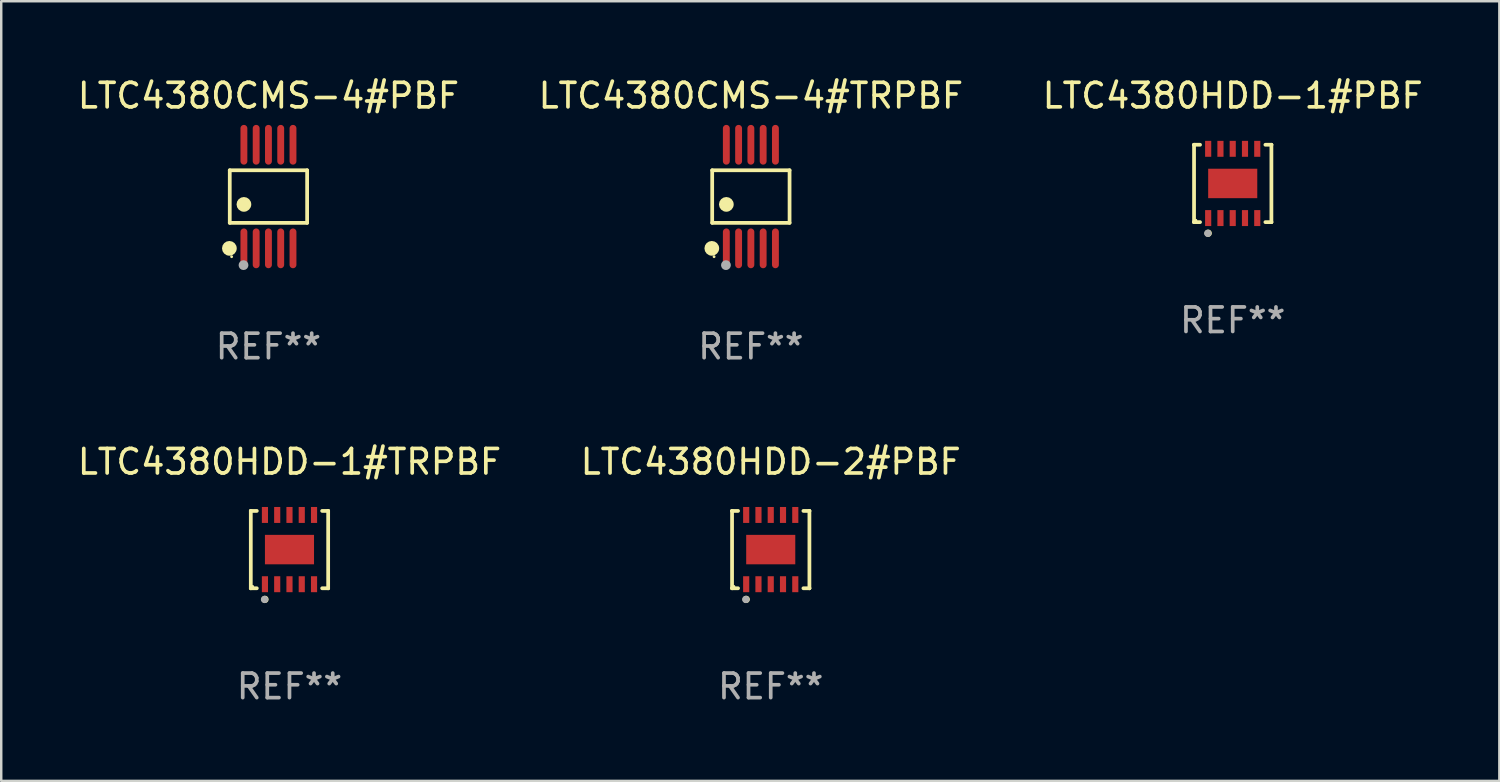
<source format=kicad_pcb>
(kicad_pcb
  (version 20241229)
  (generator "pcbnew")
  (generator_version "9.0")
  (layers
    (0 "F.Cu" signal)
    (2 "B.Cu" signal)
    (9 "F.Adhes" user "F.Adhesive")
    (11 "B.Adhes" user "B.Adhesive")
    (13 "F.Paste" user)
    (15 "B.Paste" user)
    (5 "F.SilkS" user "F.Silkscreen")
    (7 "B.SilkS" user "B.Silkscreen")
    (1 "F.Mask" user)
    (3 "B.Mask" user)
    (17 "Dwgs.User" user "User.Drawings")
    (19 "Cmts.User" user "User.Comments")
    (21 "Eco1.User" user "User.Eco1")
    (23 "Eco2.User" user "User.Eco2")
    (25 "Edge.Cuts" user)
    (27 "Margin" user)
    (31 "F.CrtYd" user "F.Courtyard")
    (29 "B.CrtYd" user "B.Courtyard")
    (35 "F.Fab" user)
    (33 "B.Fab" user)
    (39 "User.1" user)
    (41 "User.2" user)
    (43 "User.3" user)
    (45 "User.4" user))
  (footprint "LTC4380HDD-2#PBF"
    (layer "F.Cu")
    (at 28.351 19.341)
    (property "Reference" "LTC4380HDD-2#PBF" (at 0 -3.576 0) (layer "F.SilkS") (effects (font (size 1 1) (thickness 0.15))))
    (attr through_hole)
    (fp_line (start -1.576 -1.576) (end -1.576 -1.576) (stroke (width 0.152) (type solid)) (layer "F.SilkS"))
    (fp_line (start -1.576 -1.576) (end -1.331 -1.576) (stroke (width 0.152) (type solid)) (layer "F.SilkS"))
    (fp_line (start -1.576 1.576) (end -1.576 -1.576) (stroke (width 0.152) (type solid)) (layer "F.SilkS"))
    (fp_line (start -1.576 1.576) (end -1.576 1.576) (stroke (width 0.152) (type solid)) (layer "F.SilkS"))
    (fp_line (start -1.331 1.576) (end -1.576 1.576) (stroke (width 0.152) (type solid)) (layer "F.SilkS"))
    (fp_line (start 1.331 1.576) (end 1.576 1.576) (stroke (width 0.152) (type solid)) (layer "F.SilkS"))
    (fp_line (start 1.576 -1.576) (end 1.331 -1.576) (stroke (width 0.152) (type solid)) (layer "F.SilkS"))
    (fp_line (start 1.576 -1.576) (end 1.576 -1.576) (stroke (width 0.152) (type solid)) (layer "F.SilkS"))
    (fp_line (start 1.576 1.576) (end 1.576 -1.576) (stroke (width 0.152) (type solid)) (layer "F.SilkS"))
    (fp_line (start 1.576 1.576) (end 1.576 1.576) (stroke (width 0.152) (type solid)) (layer "F.SilkS"))
    (fp_circle (center -1.5 1.5) (end -1.47 1.5) (stroke (width 0.06) (type solid)) (fill no) (layer "F.SilkS"))
    (fp_circle (center -1 2.028) (end -0.925 2.028) (stroke (width 0.15) (type solid)) (fill no) (layer "F.SilkS"))
    (fp_circle (center -1.016 2.032) (end -0.941 2.032) (stroke (width 0.15) (type solid)) (fill no) (layer "F.Fab"))
    (fp_text user "REF**" (at 0 5.576 0) (layer "F.Fab") (effects (font (size 1 1) (thickness 0.15))))
    (pad "1" smd rect (at -1 1.411) (size 0.25 0.65) (layers "F.Cu" "F.Mask" "F.Paste"))
    (pad "2" smd rect (at -0.5 1.411) (size 0.25 0.65) (layers "F.Cu" "F.Mask" "F.Paste"))
    (pad "3" smd rect (at 0 1.411) (size 0.25 0.65) (layers "F.Cu" "F.Mask" "F.Paste"))
    (pad "4" smd rect (at 0.5 1.411) (size 0.25 0.65) (layers "F.Cu" "F.Mask" "F.Paste"))
    (pad "5" smd rect (at 1 1.411) (size 0.25 0.65) (layers "F.Cu" "F.Mask" "F.Paste"))
    (pad "6" smd rect (at 1 -1.411) (size 0.25 0.65) (layers "F.Cu" "F.Mask" "F.Paste"))
    (pad "7" smd rect (at 0.5 -1.411) (size 0.25 0.65) (layers "F.Cu" "F.Mask" "F.Paste"))
    (pad "8" smd rect (at 0 -1.411) (size 0.25 0.65) (layers "F.Cu" "F.Mask" "F.Paste"))
    (pad "9" smd rect (at -0.5 -1.411) (size 0.25 0.65) (layers "F.Cu" "F.Mask" "F.Paste"))
    (pad "10" smd rect (at -1 -1.411) (size 0.25 0.65) (layers "F.Cu" "F.Mask" "F.Paste"))
    (pad "11" smd rect (at 0 0) (size 2 1.2) (layers "F.Cu" "F.Mask" "F.Paste")))
  (footprint "LTC4380HDD-1#TRPBF"
    (layer "F.Cu")
    (at 8.744 19.341)
    (property "Reference" "LTC4380HDD-1#TRPBF" (at 0 -3.576 0) (layer "F.SilkS") (effects (font (size 1 1) (thickness 0.15))))
    (attr through_hole)
    (fp_line (start -1.576 -1.576) (end -1.576 -1.576) (stroke (width 0.152) (type solid)) (layer "F.SilkS"))
    (fp_line (start -1.576 -1.576) (end -1.331 -1.576) (stroke (width 0.152) (type solid)) (layer "F.SilkS"))
    (fp_line (start -1.576 1.576) (end -1.576 -1.576) (stroke (width 0.152) (type solid)) (layer "F.SilkS"))
    (fp_line (start -1.576 1.576) (end -1.576 1.576) (stroke (width 0.152) (type solid)) (layer "F.SilkS"))
    (fp_line (start -1.331 1.576) (end -1.576 1.576) (stroke (width 0.152) (type solid)) (layer "F.SilkS"))
    (fp_line (start 1.331 1.576) (end 1.576 1.576) (stroke (width 0.152) (type solid)) (layer "F.SilkS"))
    (fp_line (start 1.576 -1.576) (end 1.331 -1.576) (stroke (width 0.152) (type solid)) (layer "F.SilkS"))
    (fp_line (start 1.576 -1.576) (end 1.576 -1.576) (stroke (width 0.152) (type solid)) (layer "F.SilkS"))
    (fp_line (start 1.576 1.576) (end 1.576 -1.576) (stroke (width 0.152) (type solid)) (layer "F.SilkS"))
    (fp_line (start 1.576 1.576) (end 1.576 1.576) (stroke (width 0.152) (type solid)) (layer "F.SilkS"))
    (fp_circle (center -1.5 1.5) (end -1.47 1.5) (stroke (width 0.06) (type solid)) (fill no) (layer "F.SilkS"))
    (fp_circle (center -1 2.028) (end -0.925 2.028) (stroke (width 0.15) (type solid)) (fill no) (layer "F.SilkS"))
    (fp_circle (center -1.016 2.032) (end -0.941 2.032) (stroke (width 0.15) (type solid)) (fill no) (layer "F.Fab"))
    (fp_text user "REF**" (at 0 5.576 0) (layer "F.Fab") (effects (font (size 1 1) (thickness 0.15))))
    (pad "1" smd rect (at -1 1.411) (size 0.25 0.65) (layers "F.Cu" "F.Mask" "F.Paste"))
    (pad "2" smd rect (at -0.5 1.411) (size 0.25 0.65) (layers "F.Cu" "F.Mask" "F.Paste"))
    (pad "3" smd rect (at 0 1.411) (size 0.25 0.65) (layers "F.Cu" "F.Mask" "F.Paste"))
    (pad "4" smd rect (at 0.5 1.411) (size 0.25 0.65) (layers "F.Cu" "F.Mask" "F.Paste"))
    (pad "5" smd rect (at 1 1.411) (size 0.25 0.65) (layers "F.Cu" "F.Mask" "F.Paste"))
    (pad "6" smd rect (at 1 -1.411) (size 0.25 0.65) (layers "F.Cu" "F.Mask" "F.Paste"))
    (pad "7" smd rect (at 0.5 -1.411) (size 0.25 0.65) (layers "F.Cu" "F.Mask" "F.Paste"))
    (pad "8" smd rect (at 0 -1.411) (size 0.25 0.65) (layers "F.Cu" "F.Mask" "F.Paste"))
    (pad "9" smd rect (at -0.5 -1.411) (size 0.25 0.65) (layers "F.Cu" "F.Mask" "F.Paste"))
    (pad "10" smd rect (at -1 -1.411) (size 0.25 0.65) (layers "F.Cu" "F.Mask" "F.Paste"))
    (pad "11" smd rect (at 0 0) (size 2 1.2) (layers "F.Cu" "F.Mask" "F.Paste")))
  (footprint "LTC4380HDD-1#PBF"
    (layer "F.Cu")
    (at 47.173 4.424)
    (property "Reference" "LTC4380HDD-1#PBF" (at 0 -3.576 0) (layer "F.SilkS") (effects (font (size 1 1) (thickness 0.15))))
    (attr through_hole)
    (fp_line (start -1.576 -1.576) (end -1.576 -1.576) (stroke (width 0.152) (type solid)) (layer "F.SilkS"))
    (fp_line (start -1.576 -1.576) (end -1.331 -1.576) (stroke (width 0.152) (type solid)) (layer "F.SilkS"))
    (fp_line (start -1.576 1.576) (end -1.576 -1.576) (stroke (width 0.152) (type solid)) (layer "F.SilkS"))
    (fp_line (start -1.576 1.576) (end -1.576 1.576) (stroke (width 0.152) (type solid)) (layer "F.SilkS"))
    (fp_line (start -1.331 1.576) (end -1.576 1.576) (stroke (width 0.152) (type solid)) (layer "F.SilkS"))
    (fp_line (start 1.331 1.576) (end 1.576 1.576) (stroke (width 0.152) (type solid)) (layer "F.SilkS"))
    (fp_line (start 1.576 -1.576) (end 1.331 -1.576) (stroke (width 0.152) (type solid)) (layer "F.SilkS"))
    (fp_line (start 1.576 -1.576) (end 1.576 -1.576) (stroke (width 0.152) (type solid)) (layer "F.SilkS"))
    (fp_line (start 1.576 1.576) (end 1.576 -1.576) (stroke (width 0.152) (type solid)) (layer "F.SilkS"))
    (fp_line (start 1.576 1.576) (end 1.576 1.576) (stroke (width 0.152) (type solid)) (layer "F.SilkS"))
    (fp_circle (center -1.5 1.5) (end -1.47 1.5) (stroke (width 0.06) (type solid)) (fill no) (layer "F.SilkS"))
    (fp_circle (center -1 2.028) (end -0.925 2.028) (stroke (width 0.15) (type solid)) (fill no) (layer "F.SilkS"))
    (fp_circle (center -1.016 2.032) (end -0.941 2.032) (stroke (width 0.15) (type solid)) (fill no) (layer "F.Fab"))
    (fp_text user "REF**" (at 0 5.576 0) (layer "F.Fab") (effects (font (size 1 1) (thickness 0.15))))
    (pad "1" smd rect (at -1 1.411) (size 0.25 0.65) (layers "F.Cu" "F.Mask" "F.Paste"))
    (pad "2" smd rect (at -0.5 1.411) (size 0.25 0.65) (layers "F.Cu" "F.Mask" "F.Paste"))
    (pad "3" smd rect (at 0 1.411) (size 0.25 0.65) (layers "F.Cu" "F.Mask" "F.Paste"))
    (pad "4" smd rect (at 0.5 1.411) (size 0.25 0.65) (layers "F.Cu" "F.Mask" "F.Paste"))
    (pad "5" smd rect (at 1 1.411) (size 0.25 0.65) (layers "F.Cu" "F.Mask" "F.Paste"))
    (pad "6" smd rect (at 1 -1.411) (size 0.25 0.65) (layers "F.Cu" "F.Mask" "F.Paste"))
    (pad "7" smd rect (at 0.5 -1.411) (size 0.25 0.65) (layers "F.Cu" "F.Mask" "F.Paste"))
    (pad "8" smd rect (at 0 -1.411) (size 0.25 0.65) (layers "F.Cu" "F.Mask" "F.Paste"))
    (pad "9" smd rect (at -0.5 -1.411) (size 0.25 0.65) (layers "F.Cu" "F.Mask" "F.Paste"))
    (pad "10" smd rect (at -1 -1.411) (size 0.25 0.65) (layers "F.Cu" "F.Mask" "F.Paste"))
    (pad "11" smd rect (at 0 0) (size 2 1.2) (layers "F.Cu" "F.Mask" "F.Paste")))
  (footprint "LTC4380CMS-4#TRPBF"
    (layer "F.Cu")
    (at 27.542 4.958)
    (property "Reference" "LTC4380CMS-4#TRPBF" (at 0 -4.11 0) (layer "F.SilkS") (effects (font (size 1 1) (thickness 0.15))))
    (attr through_hole)
    (fp_line (start -1.576 -1.071) (end 1.576 -1.071) (stroke (width 0.152) (type solid)) (layer "F.SilkS"))
    (fp_line (start -1.576 1.071) (end -1.576 -1.071) (stroke (width 0.152) (type solid)) (layer "F.SilkS"))
    (fp_line (start 1.576 -1.071) (end 1.576 1.071) (stroke (width 0.152) (type solid)) (layer "F.SilkS"))
    (fp_line (start 1.576 1.071) (end -1.576 1.071) (stroke (width 0.152) (type solid)) (layer "F.SilkS"))
    (fp_circle (center -1.592 2.11) (end -1.442 2.11) (stroke (width 0.3) (type solid)) (fill no) (layer "F.SilkS"))
    (fp_circle (center -1.5 2.45) (end -1.47 2.45) (stroke (width 0.06) (type solid)) (fill no) (layer "F.SilkS"))
    (fp_circle (center -1 0.319) (end -0.85 0.319) (stroke (width 0.3) (type solid)) (fill no) (layer "F.SilkS"))
    (fp_circle (center -1.016 2.794) (end -0.916 2.794) (stroke (width 0.2) (type solid)) (fill no) (layer "F.Fab"))
    (fp_text user "REF**" (at 0 6.11 0) (layer "F.Fab") (effects (font (size 1 1) (thickness 0.15))))
    (pad "1" smd oval (at -1 2.11) (size 0.28 1.62) (layers "F.Cu" "F.Mask" "F.Paste"))
    (pad "2" smd oval (at -0.5 2.11) (size 0.28 1.62) (layers "F.Cu" "F.Mask" "F.Paste"))
    (pad "3" smd oval (at 0 2.11) (size 0.28 1.62) (layers "F.Cu" "F.Mask" "F.Paste"))
    (pad "4" smd oval (at 0.5 2.11) (size 0.28 1.62) (layers "F.Cu" "F.Mask" "F.Paste"))
    (pad "5" smd oval (at 1 2.11) (size 0.28 1.62) (layers "F.Cu" "F.Mask" "F.Paste"))
    (pad "6" smd oval (at 1 -2.11) (size 0.28 1.62) (layers "F.Cu" "F.Mask" "F.Paste"))
    (pad "7" smd oval (at 0.5 -2.11) (size 0.28 1.62) (layers "F.Cu" "F.Mask" "F.Paste"))
    (pad "8" smd oval (at 0 -2.11) (size 0.28 1.62) (layers "F.Cu" "F.Mask" "F.Paste"))
    (pad "9" smd oval (at -0.5 -2.11) (size 0.28 1.62) (layers "F.Cu" "F.Mask" "F.Paste"))
    (pad "10" smd oval (at -1 -2.11) (size 0.28 1.62) (layers "F.Cu" "F.Mask" "F.Paste")))
  (footprint "LTC4380CMS-4#PBF"
    (layer "F.Cu")
    (at 7.887 4.958)
    (property "Reference" "LTC4380CMS-4#PBF" (at 0 -4.11 0) (layer "F.SilkS") (effects (font (size 1 1) (thickness 0.15))))
    (attr through_hole)
    (fp_line (start -1.576 -1.071) (end 1.576 -1.071) (stroke (width 0.152) (type solid)) (layer "F.SilkS"))
    (fp_line (start -1.576 1.071) (end -1.576 -1.071) (stroke (width 0.152) (type solid)) (layer "F.SilkS"))
    (fp_line (start 1.576 -1.071) (end 1.576 1.071) (stroke (width 0.152) (type solid)) (layer "F.SilkS"))
    (fp_line (start 1.576 1.071) (end -1.576 1.071) (stroke (width 0.152) (type solid)) (layer "F.SilkS"))
    (fp_circle (center -1.592 2.11) (end -1.442 2.11) (stroke (width 0.3) (type solid)) (fill no) (layer "F.SilkS"))
    (fp_circle (center -1.5 2.45) (end -1.47 2.45) (stroke (width 0.06) (type solid)) (fill no) (layer "F.SilkS"))
    (fp_circle (center -1 0.319) (end -0.85 0.319) (stroke (width 0.3) (type solid)) (fill no) (layer "F.SilkS"))
    (fp_circle (center -1.016 2.794) (end -0.916 2.794) (stroke (width 0.2) (type solid)) (fill no) (layer "F.Fab"))
    (fp_text user "REF**" (at 0 6.11 0) (layer "F.Fab") (effects (font (size 1 1) (thickness 0.15))))
    (pad "1" smd oval (at -1 2.11) (size 0.28 1.62) (layers "F.Cu" "F.Mask" "F.Paste"))
    (pad "2" smd oval (at -0.5 2.11) (size 0.28 1.62) (layers "F.Cu" "F.Mask" "F.Paste"))
    (pad "3" smd oval (at 0 2.11) (size 0.28 1.62) (layers "F.Cu" "F.Mask" "F.Paste"))
    (pad "4" smd oval (at 0.5 2.11) (size 0.28 1.62) (layers "F.Cu" "F.Mask" "F.Paste"))
    (pad "5" smd oval (at 1 2.11) (size 0.28 1.62) (layers "F.Cu" "F.Mask" "F.Paste"))
    (pad "6" smd oval (at 1 -2.11) (size 0.28 1.62) (layers "F.Cu" "F.Mask" "F.Paste"))
    (pad "7" smd oval (at 0.5 -2.11) (size 0.28 1.62) (layers "F.Cu" "F.Mask" "F.Paste"))
    (pad "8" smd oval (at 0 -2.11) (size 0.28 1.62) (layers "F.Cu" "F.Mask" "F.Paste"))
    (pad "9" smd oval (at -0.5 -2.11) (size 0.28 1.62) (layers "F.Cu" "F.Mask" "F.Paste"))
    (pad "10" smd oval (at -1 -2.11) (size 0.28 1.62) (layers "F.Cu" "F.Mask" "F.Paste")))
  (gr_rect
    (start -3 -3)
    (end 58.036 28.765)
    (stroke (width 0.1) (type default))
    (fill no)
    (layer "Edge.Cuts")))
</source>
